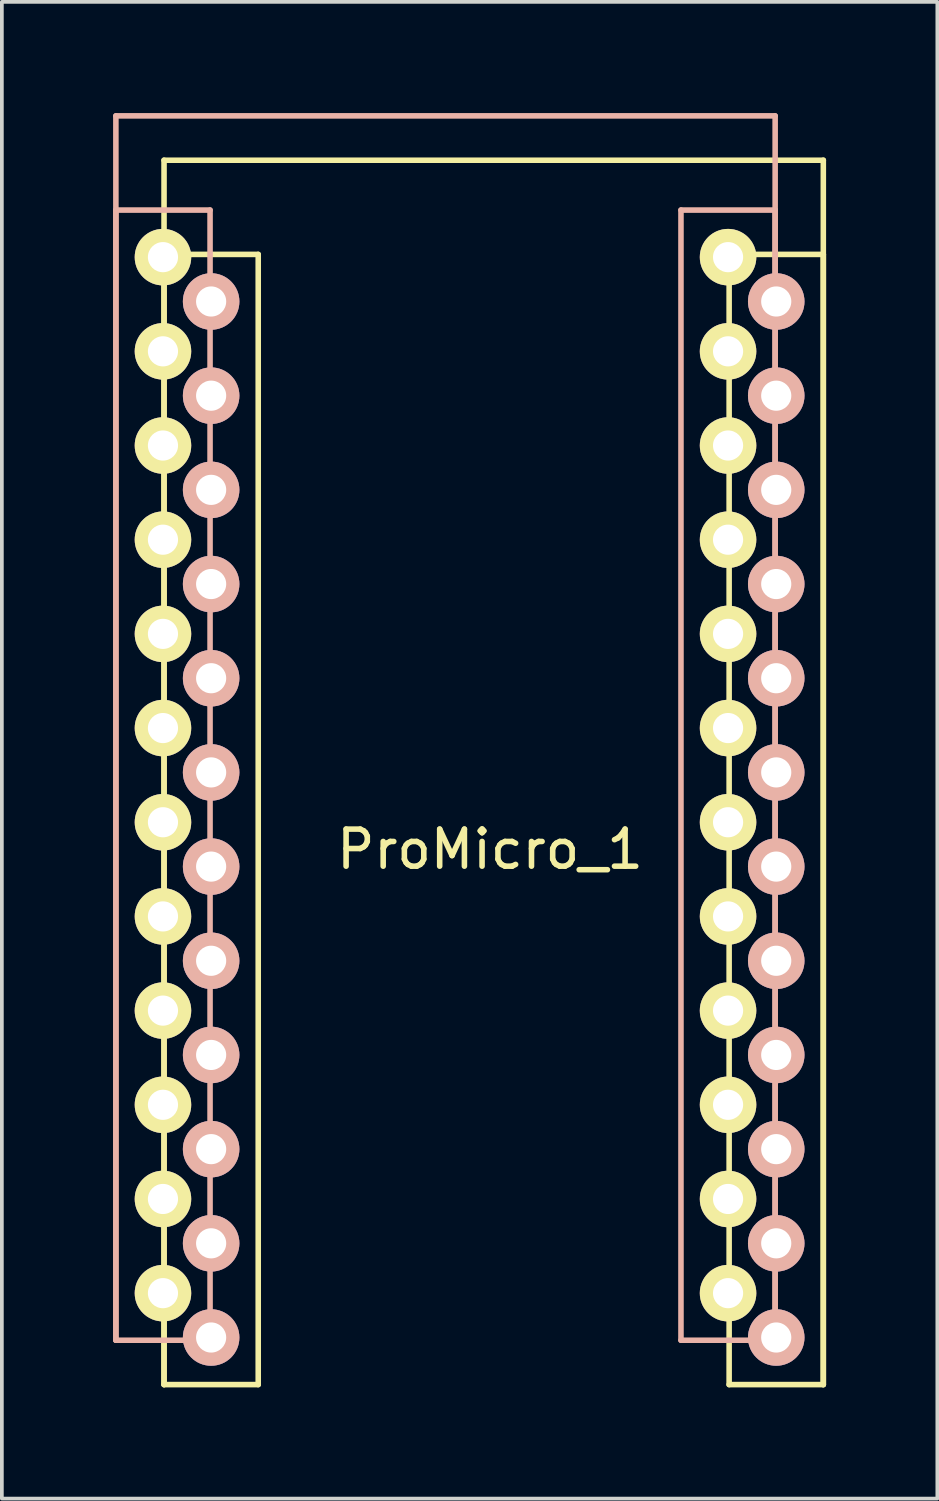
<source format=kicad_pcb>
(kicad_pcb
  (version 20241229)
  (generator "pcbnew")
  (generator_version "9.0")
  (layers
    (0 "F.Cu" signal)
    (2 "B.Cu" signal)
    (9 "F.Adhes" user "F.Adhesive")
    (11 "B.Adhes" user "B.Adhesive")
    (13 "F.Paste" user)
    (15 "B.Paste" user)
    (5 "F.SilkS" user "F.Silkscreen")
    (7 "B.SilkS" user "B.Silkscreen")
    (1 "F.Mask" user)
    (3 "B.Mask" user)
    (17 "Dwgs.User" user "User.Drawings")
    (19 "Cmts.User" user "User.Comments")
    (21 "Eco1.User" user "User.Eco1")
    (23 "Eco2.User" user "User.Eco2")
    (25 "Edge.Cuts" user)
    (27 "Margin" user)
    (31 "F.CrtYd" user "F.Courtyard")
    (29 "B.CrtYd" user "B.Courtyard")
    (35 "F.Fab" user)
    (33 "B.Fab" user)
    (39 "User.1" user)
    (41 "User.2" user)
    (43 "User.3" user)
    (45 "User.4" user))
  (footprint "ProMicro_1"
    (layer "F.Cu")
    (at 10.165 18.655)
    (property "Reference" "ProMicro_1" (at 0 1.2 0) (layer "F.SilkS") (effects (font (size 1 1) (thickness 0.15))))
    (attr through_hole)
    (fp_line (start -8.791 -17.384) (end -8.791 15.636) (stroke (width 0.15) (type solid)) (layer "F.SilkS"))
    (fp_line (start -8.791 -14.844) (end -8.791 15.636) (stroke (width 0.15) (type solid)) (layer "F.SilkS"))
    (fp_line (start -8.791 15.636) (end -6.251 15.636) (stroke (width 0.15) (type solid)) (layer "F.SilkS"))
    (fp_line (start -6.251 -14.844) (end -8.791 -14.844) (stroke (width 0.15) (type solid)) (layer "F.SilkS"))
    (fp_line (start -6.251 15.636) (end -6.251 -14.844) (stroke (width 0.15) (type solid)) (layer "F.SilkS"))
    (fp_line (start 6.449 -14.844) (end 6.449 15.636) (stroke (width 0.15) (type solid)) (layer "F.SilkS"))
    (fp_line (start 6.449 15.636) (end 8.989 15.636) (stroke (width 0.15) (type solid)) (layer "F.SilkS"))
    (fp_line (start 8.989 -17.384) (end -8.791 -17.384) (stroke (width 0.15) (type solid)) (layer "F.SilkS"))
    (fp_line (start 8.989 -14.844) (end 6.449 -14.844) (stroke (width 0.15) (type solid)) (layer "F.SilkS"))
    (fp_line (start 8.989 15.636) (end 8.989 -17.384) (stroke (width 0.15) (type solid)) (layer "F.SilkS"))
    (fp_line (start 8.989 15.636) (end 8.989 -14.844) (stroke (width 0.15) (type solid)) (layer "F.SilkS"))
    (fp_line (start -10.09 -18.58) (end 7.69 -18.58) (stroke (width 0.15) (type solid)) (layer "B.SilkS"))
    (fp_line (start -10.09 -16.04) (end -7.55 -16.04) (stroke (width 0.15) (type solid)) (layer "B.SilkS"))
    (fp_line (start -10.09 14.44) (end -10.09 -18.58) (stroke (width 0.15) (type solid)) (layer "B.SilkS"))
    (fp_line (start -10.09 14.44) (end -10.09 -16.04) (stroke (width 0.15) (type solid)) (layer "B.SilkS"))
    (fp_line (start -7.55 -16.04) (end -7.55 14.44) (stroke (width 0.15) (type solid)) (layer "B.SilkS"))
    (fp_line (start -7.55 14.44) (end -10.09 14.44) (stroke (width 0.15) (type solid)) (layer "B.SilkS"))
    (fp_line (start 5.15 -16.04) (end 7.69 -16.04) (stroke (width 0.15) (type solid)) (layer "B.SilkS"))
    (fp_line (start 5.15 14.44) (end 5.15 -16.04) (stroke (width 0.15) (type solid)) (layer "B.SilkS"))
    (fp_line (start 7.69 -18.58) (end 7.69 14.44) (stroke (width 0.15) (type solid)) (layer "B.SilkS"))
    (fp_line (start 7.69 -16.04) (end 7.69 14.44) (stroke (width 0.15) (type solid)) (layer "B.SilkS"))
    (fp_line (start 7.69 14.44) (end 5.15 14.44) (stroke (width 0.15) (type solid)) (layer "B.SilkS"))
    (pad "1" thru_hole circle (at -8.82 -14.77) (size 1.524 1.524) (drill 0.813) (layers "*.Cu" "*.Mask" "F.SilkS"))
    (pad "1" thru_hole circle (at 7.719 -13.574 180) (size 1.524 1.524) (drill 0.813) (layers "*.Cu" "*.Mask" "B.SilkS"))
    (pad "2" thru_hole circle (at -8.82 -12.23) (size 1.524 1.524) (drill 0.813) (layers "*.Cu" "*.Mask" "F.SilkS"))
    (pad "2" thru_hole circle (at 7.719 -11.034 180) (size 1.524 1.524) (drill 0.813) (layers "*.Cu" "*.Mask" "B.SilkS"))
    (pad "3" thru_hole circle (at -8.82 -9.69) (size 1.524 1.524) (drill 0.813) (layers "*.Cu" "*.Mask" "F.SilkS"))
    (pad "3" thru_hole circle (at 7.719 -8.494 180) (size 1.524 1.524) (drill 0.813) (layers "*.Cu" "*.Mask" "B.SilkS"))
    (pad "4" thru_hole circle (at -8.82 -7.15) (size 1.524 1.524) (drill 0.813) (layers "*.Cu" "*.Mask" "F.SilkS"))
    (pad "4" thru_hole circle (at 7.719 -5.954 180) (size 1.524 1.524) (drill 0.813) (layers "*.Cu" "*.Mask" "B.SilkS"))
    (pad "5" thru_hole circle (at -8.82 -4.61) (size 1.524 1.524) (drill 0.813) (layers "*.Cu" "*.Mask" "F.SilkS"))
    (pad "5" thru_hole circle (at 7.719 -3.414 180) (size 1.524 1.524) (drill 0.813) (layers "*.Cu" "*.Mask" "B.SilkS"))
    (pad "6" thru_hole circle (at -8.82 -2.07) (size 1.524 1.524) (drill 0.813) (layers "*.Cu" "*.Mask" "F.SilkS"))
    (pad "6" thru_hole circle (at 7.719 -0.874 180) (size 1.524 1.524) (drill 0.813) (layers "*.Cu" "*.Mask" "B.SilkS"))
    (pad "7" thru_hole circle (at -8.82 0.47) (size 1.524 1.524) (drill 0.813) (layers "*.Cu" "*.Mask" "F.SilkS"))
    (pad "7" thru_hole circle (at 7.719 1.666 180) (size 1.524 1.524) (drill 0.813) (layers "*.Cu" "*.Mask" "B.SilkS"))
    (pad "8" thru_hole circle (at -8.82 3.01) (size 1.524 1.524) (drill 0.813) (layers "*.Cu" "*.Mask" "F.SilkS"))
    (pad "8" thru_hole circle (at 7.719 4.206 180) (size 1.524 1.524) (drill 0.813) (layers "*.Cu" "*.Mask" "B.SilkS"))
    (pad "9" thru_hole circle (at -8.82 5.55) (size 1.524 1.524) (drill 0.813) (layers "*.Cu" "*.Mask" "F.SilkS"))
    (pad "9" thru_hole circle (at 7.719 6.746 180) (size 1.524 1.524) (drill 0.813) (layers "*.Cu" "*.Mask" "B.SilkS"))
    (pad "10" thru_hole circle (at -8.82 8.09) (size 1.524 1.524) (drill 0.813) (layers "*.Cu" "*.Mask" "F.SilkS"))
    (pad "10" thru_hole circle (at 7.719 9.286 180) (size 1.524 1.524) (drill 0.813) (layers "*.Cu" "*.Mask" "B.SilkS"))
    (pad "11" thru_hole circle (at -8.82 10.63) (size 1.524 1.524) (drill 0.813) (layers "*.Cu" "*.Mask" "F.SilkS"))
    (pad "11" thru_hole circle (at 7.719 11.826 180) (size 1.524 1.524) (drill 0.813) (layers "*.Cu" "*.Mask" "B.SilkS"))
    (pad "12" thru_hole circle (at -8.82 13.17) (size 1.524 1.524) (drill 0.813) (layers "*.Cu" "*.Mask" "F.SilkS"))
    (pad "12" thru_hole circle (at 7.719 14.366 180) (size 1.524 1.524) (drill 0.813) (layers "*.Cu" "*.Mask" "B.SilkS"))
    (pad "13" thru_hole circle (at -7.521 14.366 180) (size 1.524 1.524) (drill 0.813) (layers "*.Cu" "*.Mask" "B.SilkS"))
    (pad "13" thru_hole circle (at 6.42 13.17) (size 1.524 1.524) (drill 0.813) (layers "*.Cu" "*.Mask" "F.SilkS"))
    (pad "14" thru_hole circle (at -7.521 11.826 180) (size 1.524 1.524) (drill 0.813) (layers "*.Cu" "*.Mask" "B.SilkS"))
    (pad "14" thru_hole circle (at 6.42 10.63) (size 1.524 1.524) (drill 0.813) (layers "*.Cu" "*.Mask" "F.SilkS"))
    (pad "15" thru_hole circle (at -7.521 9.286 180) (size 1.524 1.524) (drill 0.813) (layers "*.Cu" "*.Mask" "B.SilkS"))
    (pad "15" thru_hole circle (at 6.42 8.09) (size 1.524 1.524) (drill 0.813) (layers "*.Cu" "*.Mask" "F.SilkS"))
    (pad "16" thru_hole circle (at -7.521 6.746 180) (size 1.524 1.524) (drill 0.813) (layers "*.Cu" "*.Mask" "B.SilkS"))
    (pad "16" thru_hole circle (at 6.42 5.55) (size 1.524 1.524) (drill 0.813) (layers "*.Cu" "*.Mask" "F.SilkS"))
    (pad "17" thru_hole circle (at -7.521 4.206 180) (size 1.524 1.524) (drill 0.813) (layers "*.Cu" "*.Mask" "B.SilkS"))
    (pad "17" thru_hole circle (at 6.42 3.01) (size 1.524 1.524) (drill 0.813) (layers "*.Cu" "*.Mask" "F.SilkS"))
    (pad "18" thru_hole circle (at -7.521 1.666 180) (size 1.524 1.524) (drill 0.813) (layers "*.Cu" "*.Mask" "B.SilkS"))
    (pad "18" thru_hole circle (at 6.42 0.47) (size 1.524 1.524) (drill 0.813) (layers "*.Cu" "*.Mask" "F.SilkS"))
    (pad "19" thru_hole circle (at -7.521 -0.874 180) (size 1.524 1.524) (drill 0.813) (layers "*.Cu" "*.Mask" "B.SilkS"))
    (pad "19" thru_hole circle (at 6.42 -2.07) (size 1.524 1.524) (drill 0.813) (layers "*.Cu" "*.Mask" "F.SilkS"))
    (pad "20" thru_hole circle (at -7.521 -3.414 180) (size 1.524 1.524) (drill 0.813) (layers "*.Cu" "*.Mask" "B.SilkS"))
    (pad "20" thru_hole circle (at 6.42 -4.61) (size 1.524 1.524) (drill 0.813) (layers "*.Cu" "*.Mask" "F.SilkS"))
    (pad "21" thru_hole circle (at -7.521 -5.954 180) (size 1.524 1.524) (drill 0.813) (layers "*.Cu" "*.Mask" "B.SilkS"))
    (pad "21" thru_hole circle (at 6.42 -7.15) (size 1.524 1.524) (drill 0.813) (layers "*.Cu" "*.Mask" "F.SilkS"))
    (pad "22" thru_hole circle (at -7.521 -8.494 180) (size 1.524 1.524) (drill 0.813) (layers "*.Cu" "*.Mask" "B.SilkS"))
    (pad "22" thru_hole circle (at 6.42 -9.69) (size 1.524 1.524) (drill 0.813) (layers "*.Cu" "*.Mask" "F.SilkS"))
    (pad "23" thru_hole circle (at -7.521 -11.034 180) (size 1.524 1.524) (drill 0.813) (layers "*.Cu" "*.Mask" "B.SilkS"))
    (pad "23" thru_hole circle (at 6.42 -12.23) (size 1.524 1.524) (drill 0.813) (layers "*.Cu" "*.Mask" "F.SilkS"))
    (pad "24" thru_hole circle (at -7.521 -13.574 180) (size 1.524 1.524) (drill 0.813) (layers "*.Cu" "*.Mask" "B.SilkS"))
    (pad "24" thru_hole circle (at 6.42 -14.77) (size 1.524 1.524) (drill 0.813) (layers "*.Cu" "*.Mask" "F.SilkS")))
  (gr_rect
    (start -3 -3)
    (end 22.229 37.366)
    (stroke (width 0.1) (type default))
    (fill no)
    (layer "Edge.Cuts")))
</source>
